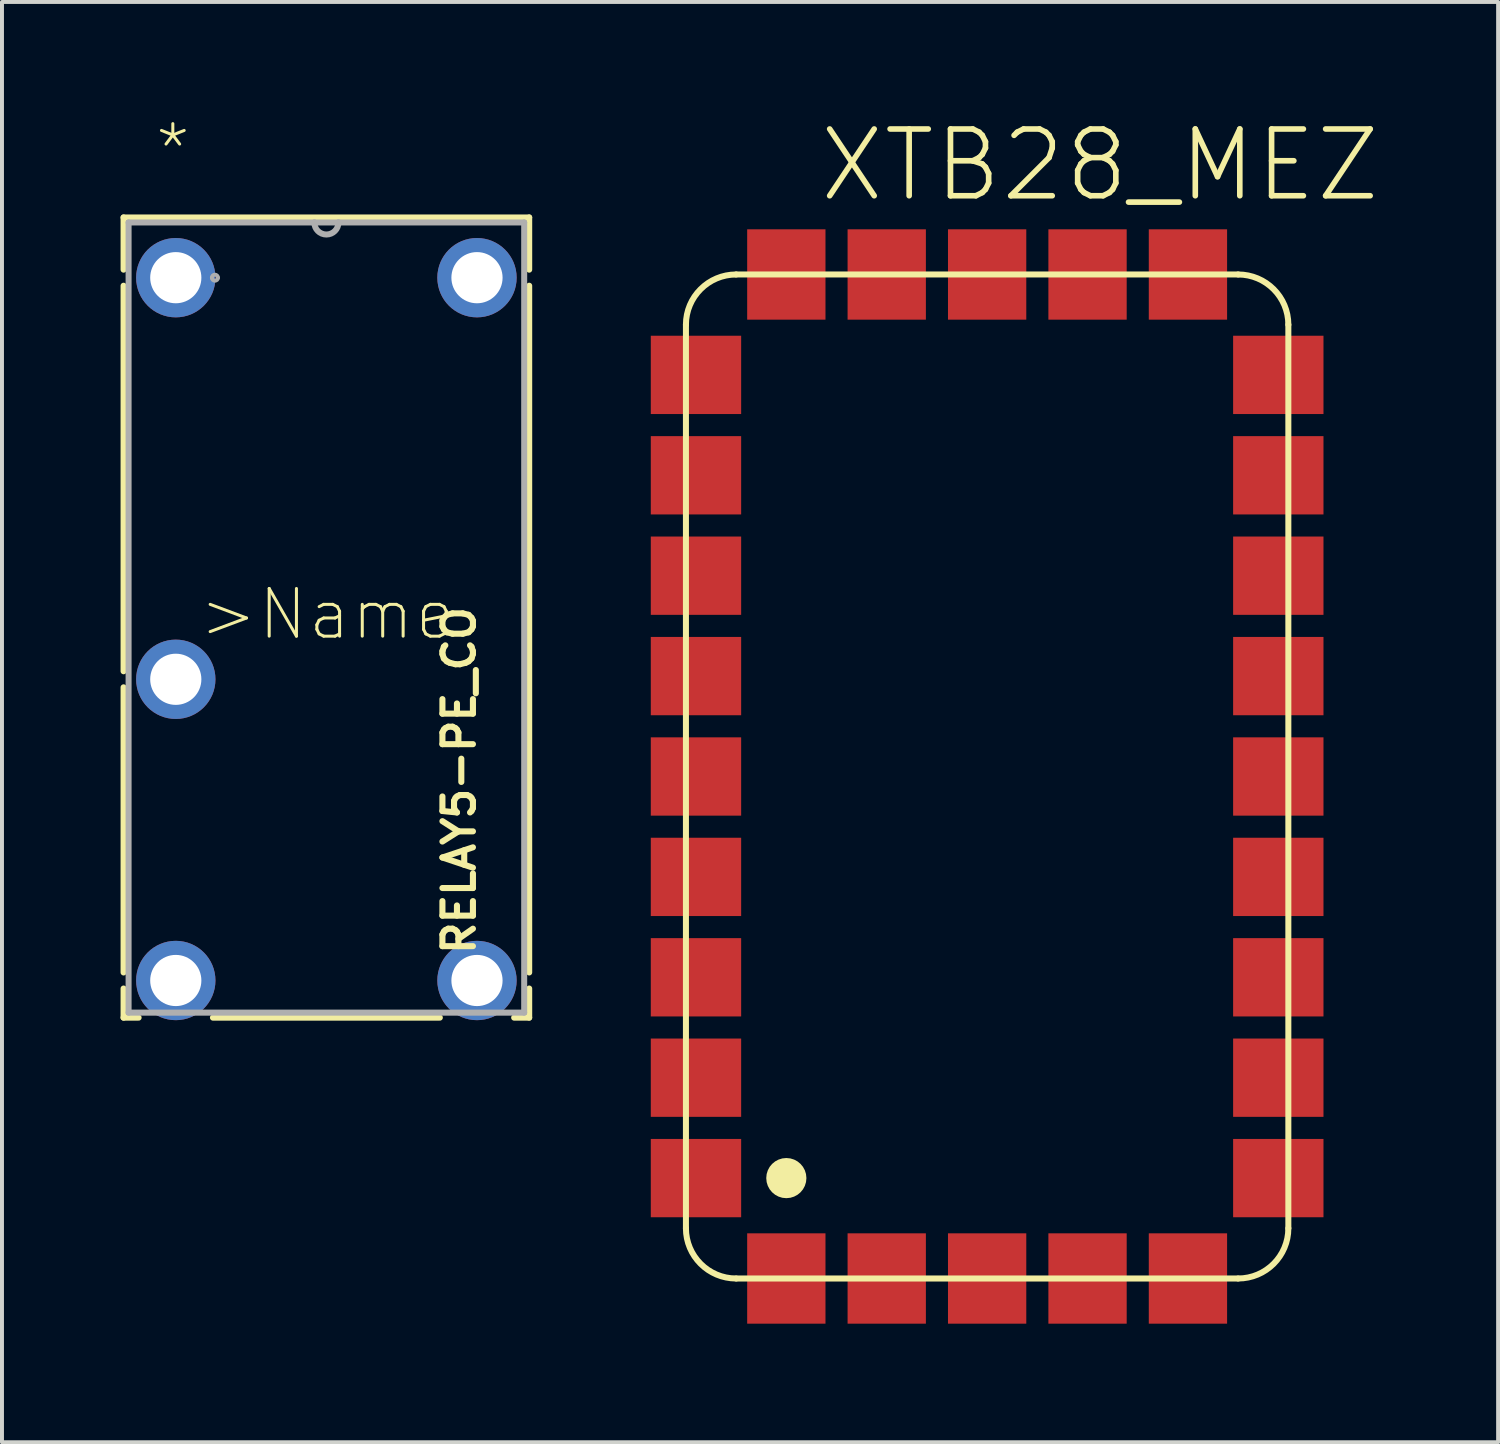
<source format=kicad_pcb>
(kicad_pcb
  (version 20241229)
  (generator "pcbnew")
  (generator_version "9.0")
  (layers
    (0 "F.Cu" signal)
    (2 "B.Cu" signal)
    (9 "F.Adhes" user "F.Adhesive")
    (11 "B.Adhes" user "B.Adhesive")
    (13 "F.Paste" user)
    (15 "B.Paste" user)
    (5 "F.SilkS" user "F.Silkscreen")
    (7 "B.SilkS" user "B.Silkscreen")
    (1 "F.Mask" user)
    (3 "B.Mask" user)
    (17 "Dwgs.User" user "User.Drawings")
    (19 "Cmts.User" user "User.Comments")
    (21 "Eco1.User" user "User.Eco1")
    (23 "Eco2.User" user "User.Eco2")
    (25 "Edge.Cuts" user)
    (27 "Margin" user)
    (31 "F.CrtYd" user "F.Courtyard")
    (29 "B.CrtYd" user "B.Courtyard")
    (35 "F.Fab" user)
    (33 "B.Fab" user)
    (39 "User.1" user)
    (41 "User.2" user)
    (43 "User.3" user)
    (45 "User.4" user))
  (footprint "RELAY5-PE_CO"
    (layer "F.Cu")
    (at 9.017 21.171)
    (property "Reference" "RELAY5-PE_CO" (at 0 0 90) (layer "F.SilkS") (effects (font (size 0.772 0.772) (thickness 0.154)) (justify left bottom)))
    (attr through_hole)
    (fp_line (start -8.941 -18.72) (end -8.941 -17.399) (stroke (width 0.152) (type solid)) (layer "F.SilkS"))
    (fp_line (start -8.941 -16.993) (end -8.941 -7.239) (stroke (width 0.152) (type solid)) (layer "F.SilkS"))
    (fp_line (start -8.941 -6.833) (end -8.941 0.381) (stroke (width 0.152) (type solid)) (layer "F.SilkS"))
    (fp_line (start -8.941 0.787) (end -8.941 1.524) (stroke (width 0.152) (type solid)) (layer "F.SilkS"))
    (fp_line (start -8.941 1.524) (end -8.56 1.524) (stroke (width 0.152) (type solid)) (layer "F.SilkS"))
    (fp_line (start -6.68 1.524) (end -0.94 1.524) (stroke (width 0.152) (type solid)) (layer "F.SilkS"))
    (fp_line (start 0.94 1.524) (end 1.321 1.524) (stroke (width 0.152) (type solid)) (layer "F.SilkS"))
    (fp_line (start 1.321 -18.72) (end -8.941 -18.72) (stroke (width 0.152) (type solid)) (layer "F.SilkS"))
    (fp_line (start 1.321 -17.399) (end 1.321 -18.72) (stroke (width 0.152) (type solid)) (layer "F.SilkS"))
    (fp_line (start 1.321 0.381) (end 1.321 -16.993) (stroke (width 0.152) (type solid)) (layer "F.SilkS"))
    (fp_line (start 1.321 1.524) (end 1.321 0.787) (stroke (width 0.152) (type solid)) (layer "F.SilkS"))
    (fp_line (start -8.814 -18.593) (end -8.814 1.397) (stroke (width 0.152) (type solid)) (layer "F.Fab"))
    (fp_line (start -8.814 1.397) (end 1.194 1.397) (stroke (width 0.152) (type solid)) (layer "F.Fab"))
    (fp_line (start -4.115 -18.593) (end -8.814 -18.593) (stroke (width 0.152) (type solid)) (layer "F.Fab"))
    (fp_line (start -3.505 -18.593) (end -4.115 -18.593) (stroke (width 0.152) (type solid)) (layer "F.Fab"))
    (fp_line (start 1.194 -18.593) (end -3.505 -18.593) (stroke (width 0.152) (type solid)) (layer "F.Fab"))
    (fp_line (start 1.194 1.397) (end 1.194 -18.593) (stroke (width 0.152) (type solid)) (layer "F.Fab"))
    (fp_arc (start -6.7056 -17.1958) (mid -6.6294 -17.272) (end -6.5532 -17.1958) (stroke (width 0.1) (type solid)) (layer "F.Fab"))
    (fp_arc (start -6.5532 -17.1958) (mid -6.6294 -17.1196) (end -6.7056 -17.1958) (stroke (width 0.1) (type solid)) (layer "F.Fab"))
    (fp_arc (start -3.5052 -18.5928) (mid -3.81 -18.288) (end -4.1148 -18.5928) (stroke (width 0.1524) (type solid)) (layer "F.Fab"))
    (fp_text user ">Name" (at -7.087 -7.976 0) (layer "F.SilkS") (effects (font (size 1.206 1.206) (thickness 0.076)) (justify left bottom)))
    (fp_text user "*" (at -8.204 -19.736 0) (layer "F.SilkS") (effects (font (size 1.206 1.206) (thickness 0.076)) (justify left bottom)))
    (pad "1" thru_hole circle (at -7.62 -17.196) (size 2.007 2.007) (drill 1.295) (layers "*.Cu" "*.Mask"))
    (pad "5" thru_hole circle (at 0 -17.196) (size 2.007 2.007) (drill 1.295) (layers "*.Cu" "*.Mask"))
    (pad "11" thru_hole circle (at -7.62 -7.036) (size 2.007 2.007) (drill 1.295) (layers "*.Cu" "*.Mask"))
    (pad "12" thru_hole circle (at 0 0.584 180) (size 2.007 2.007) (drill 1.295) (layers "*.Cu" "*.Mask"))
    (pad "14" thru_hole circle (at -7.62 0.584) (size 2.007 2.007) (drill 1.295) (layers "*.Cu" "*.Mask")))
  (footprint "XTB28_MEZ"
    (layer "F.Cu")
    (at 14.303 29.294)
    (property "Reference" "XTB28_MEZ" (at 3.302 -27.178 0) (layer "F.SilkS") (effects (font (size 1.689 1.689) (thickness 0.142)) (justify left bottom)))
    (attr through_hole)
    (fp_line (start 0 -24.13) (end 0 -1.27) (stroke (width 0.152) (type solid)) (layer "F.SilkS"))
    (fp_line (start 1.27 0) (end 13.97 0) (stroke (width 0.152) (type solid)) (layer "F.SilkS"))
    (fp_line (start 13.97 -25.4) (end 1.27 -25.4) (stroke (width 0.152) (type solid)) (layer "F.SilkS"))
    (fp_line (start 15.24 -1.27) (end 15.24 -24.13) (stroke (width 0.152) (type solid)) (layer "F.SilkS"))
    (fp_arc (start 0 -24.13) (mid 0.371974 -25.028026) (end 1.27 -25.4) (stroke (width 0.1524) (type solid)) (layer "F.SilkS"))
    (fp_arc (start 1.27 0) (mid 0.371974 -0.371974) (end 0 -1.27) (stroke (width 0.1524) (type solid)) (layer "F.SilkS"))
    (fp_arc (start 13.97 -25.4) (mid 14.868026 -25.028026) (end 15.24 -24.13) (stroke (width 0.1524) (type solid)) (layer "F.SilkS"))
    (fp_arc (start 15.24 -1.27) (mid 14.868026 -0.371974) (end 13.97 0) (stroke (width 0.1524) (type solid)) (layer "F.SilkS"))
    (fp_circle (center 2.54 -2.54) (end 2.794 -2.54) (stroke (width 0.508) (type solid)) (fill no) (layer "F.SilkS"))
    (pad "P$1" smd rect (at 0.254 -2.54) (size 2.286 1.981) (layers "F.Cu" "F.Mask" "F.Paste"))
    (pad "P$2" smd rect (at 0.254 -5.08) (size 2.286 1.981) (layers "F.Cu" "F.Mask" "F.Paste"))
    (pad "P$3" smd rect (at 0.254 -7.62) (size 2.286 1.981) (layers "F.Cu" "F.Mask" "F.Paste"))
    (pad "P$4" smd rect (at 0.254 -10.16) (size 2.286 1.981) (layers "F.Cu" "F.Mask" "F.Paste"))
    (pad "P$5" smd rect (at 0.254 -12.7) (size 2.286 1.981) (layers "F.Cu" "F.Mask" "F.Paste"))
    (pad "P$6" smd rect (at 0.254 -15.24) (size 2.286 1.981) (layers "F.Cu" "F.Mask" "F.Paste"))
    (pad "P$7" smd rect (at 0.254 -17.78) (size 2.286 1.981) (layers "F.Cu" "F.Mask" "F.Paste"))
    (pad "P$8" smd rect (at 0.254 -20.32) (size 2.286 1.981) (layers "F.Cu" "F.Mask" "F.Paste"))
    (pad "P$9" smd rect (at 0.254 -22.86) (size 2.286 1.981) (layers "F.Cu" "F.Mask" "F.Paste"))
    (pad "P$10" smd rect (at 2.54 -25.4 90) (size 2.286 1.981) (layers "F.Cu" "F.Mask" "F.Paste"))
    (pad "P$11" smd rect (at 5.08 -25.4 90) (size 2.286 1.981) (layers "F.Cu" "F.Mask" "F.Paste"))
    (pad "P$12" smd rect (at 7.62 -25.4 90) (size 2.286 1.981) (layers "F.Cu" "F.Mask" "F.Paste"))
    (pad "P$13" smd rect (at 10.16 -25.4 90) (size 2.286 1.981) (layers "F.Cu" "F.Mask" "F.Paste"))
    (pad "P$14" smd rect (at 12.7 -25.4 90) (size 2.286 1.981) (layers "F.Cu" "F.Mask" "F.Paste"))
    (pad "P$15" smd rect (at 14.986 -22.86 180) (size 2.286 1.981) (layers "F.Cu" "F.Mask" "F.Paste"))
    (pad "P$16" smd rect (at 14.986 -20.32 180) (size 2.286 1.981) (layers "F.Cu" "F.Mask" "F.Paste"))
    (pad "P$17" smd rect (at 14.986 -17.78 180) (size 2.286 1.981) (layers "F.Cu" "F.Mask" "F.Paste"))
    (pad "P$18" smd rect (at 14.986 -15.24 180) (size 2.286 1.981) (layers "F.Cu" "F.Mask" "F.Paste"))
    (pad "P$19" smd rect (at 14.986 -12.7 180) (size 2.286 1.981) (layers "F.Cu" "F.Mask" "F.Paste"))
    (pad "P$20" smd rect (at 14.986 -10.16 180) (size 2.286 1.981) (layers "F.Cu" "F.Mask" "F.Paste"))
    (pad "P$21" smd rect (at 14.986 -7.62 180) (size 2.286 1.981) (layers "F.Cu" "F.Mask" "F.Paste"))
    (pad "P$22" smd rect (at 14.986 -5.08 180) (size 2.286 1.981) (layers "F.Cu" "F.Mask" "F.Paste"))
    (pad "P$23" smd rect (at 14.986 -2.54 180) (size 2.286 1.981) (layers "F.Cu" "F.Mask" "F.Paste"))
    (pad "P$24" smd rect (at 12.7 0 270) (size 2.286 1.981) (layers "F.Cu" "F.Mask" "F.Paste"))
    (pad "P$25" smd rect (at 10.16 0 270) (size 2.286 1.981) (layers "F.Cu" "F.Mask" "F.Paste"))
    (pad "P$26" smd rect (at 7.62 0 270) (size 2.286 1.981) (layers "F.Cu" "F.Mask" "F.Paste"))
    (pad "P$27" smd rect (at 5.08 0 270) (size 2.286 1.981) (layers "F.Cu" "F.Mask" "F.Paste"))
    (pad "P$28" smd rect (at 2.54 0 270) (size 2.286 1.981) (layers "F.Cu" "F.Mask" "F.Paste")))
  (gr_rect
    (start -3 -3)
    (end 34.85 33.437)
    (stroke (width 0.1) (type default))
    (fill no)
    (layer "Edge.Cuts")))
</source>
